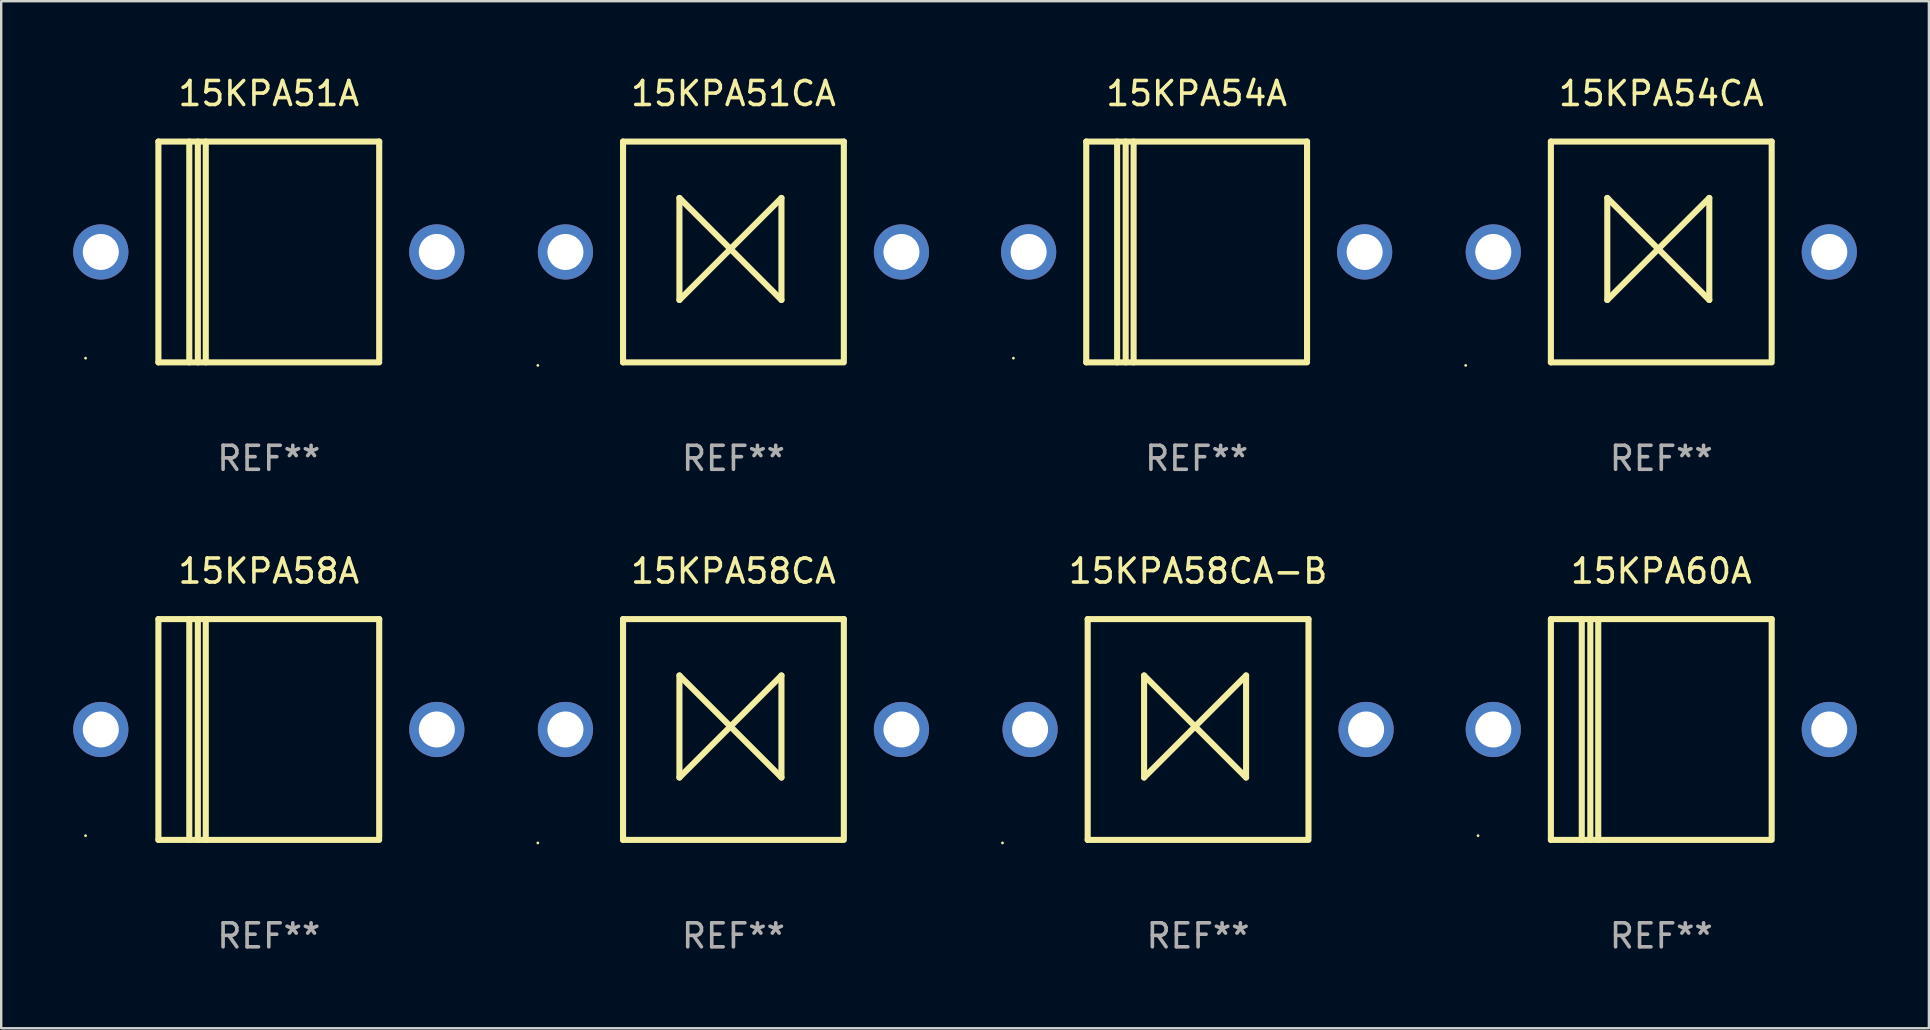
<source format=kicad_pcb>
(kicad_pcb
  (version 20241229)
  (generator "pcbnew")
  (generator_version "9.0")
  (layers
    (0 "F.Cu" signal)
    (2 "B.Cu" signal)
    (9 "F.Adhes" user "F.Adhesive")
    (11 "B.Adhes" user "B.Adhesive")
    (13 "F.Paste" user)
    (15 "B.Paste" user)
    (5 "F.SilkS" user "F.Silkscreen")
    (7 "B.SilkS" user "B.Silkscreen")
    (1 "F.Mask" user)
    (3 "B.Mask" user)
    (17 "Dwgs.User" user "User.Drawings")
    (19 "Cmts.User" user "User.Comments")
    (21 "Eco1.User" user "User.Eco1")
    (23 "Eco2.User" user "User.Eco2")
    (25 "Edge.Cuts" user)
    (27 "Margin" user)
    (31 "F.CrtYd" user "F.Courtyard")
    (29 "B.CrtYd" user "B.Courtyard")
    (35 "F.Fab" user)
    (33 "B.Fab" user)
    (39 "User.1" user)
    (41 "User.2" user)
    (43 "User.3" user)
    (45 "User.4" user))
  (footprint "15KPA60A"
    (layer "F.Cu")
    (at 66.17 27.345)
    (property "Reference" "15KPA60A" (at 0 -6.6 0) (layer "F.SilkS") (effects (font (size 1 1) (thickness 0.15))))
    (attr through_hole)
    (fp_line (start -4.6 -4.6) (end -4.6 4.6) (stroke (width 0.254) (type solid)) (layer "F.SilkS"))
    (fp_line (start -4.6 -4.6) (end 4.6 -4.6) (stroke (width 0.254) (type solid)) (layer "F.SilkS"))
    (fp_line (start -4.6 4.6) (end 4.6 4.6) (stroke (width 0.254) (type solid)) (layer "F.SilkS"))
    (fp_line (start -3.313 -4.6) (end -3.313 4.6) (stroke (width 0.254) (type solid)) (layer "F.SilkS"))
    (fp_line (start -2.957 -4.6) (end -2.957 4.6) (stroke (width 0.254) (type solid)) (layer "F.SilkS"))
    (fp_line (start -2.627 -4.6) (end -2.627 4.6) (stroke (width 0.254) (type solid)) (layer "F.SilkS"))
    (fp_line (start 4.6 -4.6) (end 4.6 4.5) (stroke (width 0.254) (type solid)) (layer "F.SilkS"))
    (fp_circle (center -7.635 4.425) (end -7.605 4.425) (stroke (width 0.06) (type solid)) (fill no) (layer "F.SilkS"))
    (fp_text user "REF**" (at 0 8.6 0) (layer "F.Fab") (effects (font (size 1 1) (thickness 0.15))))
    (pad "1" thru_hole circle (at -7 0) (size 2.3 2.3) (drill 1.5) (layers "*.Cu" "*.Mask"))
    (pad "2" thru_hole circle (at 7 0) (size 2.3 2.3) (drill 1.5) (layers "*.Cu" "*.Mask")))
  (footprint "15KPA51CA"
    (layer "F.Cu")
    (at 27.51 7.448)
    (property "Reference" "15KPA51CA" (at 0 -6.6 0) (layer "F.SilkS") (effects (font (size 1 1) (thickness 0.15))))
    (attr through_hole)
    (fp_line (start -4.6 -4.6) (end -4.6 4.6) (stroke (width 0.254) (type solid)) (layer "F.SilkS"))
    (fp_line (start -4.6 -4.6) (end 4.6 -4.6) (stroke (width 0.254) (type solid)) (layer "F.SilkS"))
    (fp_line (start -4.6 4.6) (end 4.6 4.6) (stroke (width 0.254) (type solid)) (layer "F.SilkS"))
    (fp_line (start -2.25 -2.25) (end -2.25 2) (stroke (width 0.254) (type solid)) (layer "F.SilkS"))
    (fp_line (start -2.25 2) (end 2 -2.25) (stroke (width 0.254) (type solid)) (layer "F.SilkS"))
    (fp_line (start 2 -2.25) (end 2 2) (stroke (width 0.254) (type solid)) (layer "F.SilkS"))
    (fp_line (start 2 2) (end -2.25 -2.25) (stroke (width 0.254) (type solid)) (layer "F.SilkS"))
    (fp_line (start 4.6 -4.6) (end 4.6 4.5) (stroke (width 0.254) (type solid)) (layer "F.SilkS"))
    (fp_circle (center -8.15 4.727) (end -8.12 4.727) (stroke (width 0.06) (type solid)) (fill no) (layer "F.SilkS"))
    (fp_text user "REF**" (at 0 8.6 0) (layer "F.Fab") (effects (font (size 1 1) (thickness 0.15))))
    (pad "1" thru_hole circle (at -7 0) (size 2.3 2.3) (drill 1.5) (layers "*.Cu" "*.Mask"))
    (pad "2" thru_hole circle (at 7 0) (size 2.3 2.3) (drill 1.5) (layers "*.Cu" "*.Mask")))
  (footprint "15KPA51A"
    (layer "F.Cu")
    (at 8.15 7.448)
    (property "Reference" "15KPA51A" (at 0 -6.6 0) (layer "F.SilkS") (effects (font (size 1 1) (thickness 0.15))))
    (attr through_hole)
    (fp_line (start -4.6 -4.6) (end -4.6 4.6) (stroke (width 0.254) (type solid)) (layer "F.SilkS"))
    (fp_line (start -4.6 -4.6) (end 4.6 -4.6) (stroke (width 0.254) (type solid)) (layer "F.SilkS"))
    (fp_line (start -4.6 4.6) (end 4.6 4.6) (stroke (width 0.254) (type solid)) (layer "F.SilkS"))
    (fp_line (start -3.313 -4.6) (end -3.313 4.6) (stroke (width 0.254) (type solid)) (layer "F.SilkS"))
    (fp_line (start -2.957 -4.6) (end -2.957 4.6) (stroke (width 0.254) (type solid)) (layer "F.SilkS"))
    (fp_line (start -2.627 -4.6) (end -2.627 4.6) (stroke (width 0.254) (type solid)) (layer "F.SilkS"))
    (fp_line (start 4.6 -4.6) (end 4.6 4.5) (stroke (width 0.254) (type solid)) (layer "F.SilkS"))
    (fp_circle (center -7.635 4.425) (end -7.605 4.425) (stroke (width 0.06) (type solid)) (fill no) (layer "F.SilkS"))
    (fp_text user "REF**" (at 0 8.6 0) (layer "F.Fab") (effects (font (size 1 1) (thickness 0.15))))
    (pad "1" thru_hole circle (at -7 0) (size 2.3 2.3) (drill 1.5) (layers "*.Cu" "*.Mask"))
    (pad "2" thru_hole circle (at 7 0) (size 2.3 2.3) (drill 1.5) (layers "*.Cu" "*.Mask")))
  (footprint "15KPA54CA"
    (layer "F.Cu")
    (at 66.17 7.448)
    (property "Reference" "15KPA54CA" (at 0 -6.6 0) (layer "F.SilkS") (effects (font (size 1 1) (thickness 0.15))))
    (attr through_hole)
    (fp_line (start -4.6 -4.6) (end -4.6 4.6) (stroke (width 0.254) (type solid)) (layer "F.SilkS"))
    (fp_line (start -4.6 -4.6) (end 4.6 -4.6) (stroke (width 0.254) (type solid)) (layer "F.SilkS"))
    (fp_line (start -4.6 4.6) (end 4.6 4.6) (stroke (width 0.254) (type solid)) (layer "F.SilkS"))
    (fp_line (start -2.25 -2.25) (end -2.25 2) (stroke (width 0.254) (type solid)) (layer "F.SilkS"))
    (fp_line (start -2.25 2) (end 2 -2.25) (stroke (width 0.254) (type solid)) (layer "F.SilkS"))
    (fp_line (start 2 -2.25) (end 2 2) (stroke (width 0.254) (type solid)) (layer "F.SilkS"))
    (fp_line (start 2 2) (end -2.25 -2.25) (stroke (width 0.254) (type solid)) (layer "F.SilkS"))
    (fp_line (start 4.6 -4.6) (end 4.6 4.5) (stroke (width 0.254) (type solid)) (layer "F.SilkS"))
    (fp_circle (center -8.15 4.727) (end -8.12 4.727) (stroke (width 0.06) (type solid)) (fill no) (layer "F.SilkS"))
    (fp_text user "REF**" (at 0 8.6 0) (layer "F.Fab") (effects (font (size 1 1) (thickness 0.15))))
    (pad "1" thru_hole circle (at -7 0) (size 2.3 2.3) (drill 1.5) (layers "*.Cu" "*.Mask"))
    (pad "2" thru_hole circle (at 7 0) (size 2.3 2.3) (drill 1.5) (layers "*.Cu" "*.Mask")))
  (footprint "15KPA58CA"
    (layer "F.Cu")
    (at 27.51 27.345)
    (property "Reference" "15KPA58CA" (at 0 -6.6 0) (layer "F.SilkS") (effects (font (size 1 1) (thickness 0.15))))
    (attr through_hole)
    (fp_line (start -4.6 -4.6) (end -4.6 4.6) (stroke (width 0.254) (type solid)) (layer "F.SilkS"))
    (fp_line (start -4.6 -4.6) (end 4.6 -4.6) (stroke (width 0.254) (type solid)) (layer "F.SilkS"))
    (fp_line (start -4.6 4.6) (end 4.6 4.6) (stroke (width 0.254) (type solid)) (layer "F.SilkS"))
    (fp_line (start -2.25 -2.25) (end -2.25 2) (stroke (width 0.254) (type solid)) (layer "F.SilkS"))
    (fp_line (start -2.25 2) (end 2 -2.25) (stroke (width 0.254) (type solid)) (layer "F.SilkS"))
    (fp_line (start 2 -2.25) (end 2 2) (stroke (width 0.254) (type solid)) (layer "F.SilkS"))
    (fp_line (start 2 2) (end -2.25 -2.25) (stroke (width 0.254) (type solid)) (layer "F.SilkS"))
    (fp_line (start 4.6 -4.6) (end 4.6 4.5) (stroke (width 0.254) (type solid)) (layer "F.SilkS"))
    (fp_circle (center -8.15 4.727) (end -8.12 4.727) (stroke (width 0.06) (type solid)) (fill no) (layer "F.SilkS"))
    (fp_text user "REF**" (at 0 8.6 0) (layer "F.Fab") (effects (font (size 1 1) (thickness 0.15))))
    (pad "1" thru_hole circle (at -7 0) (size 2.3 2.3) (drill 1.5) (layers "*.Cu" "*.Mask"))
    (pad "2" thru_hole circle (at 7 0) (size 2.3 2.3) (drill 1.5) (layers "*.Cu" "*.Mask")))
  (footprint "15KPA58A"
    (layer "F.Cu")
    (at 8.15 27.345)
    (property "Reference" "15KPA58A" (at 0 -6.6 0) (layer "F.SilkS") (effects (font (size 1 1) (thickness 0.15))))
    (attr through_hole)
    (fp_line (start -4.6 -4.6) (end -4.6 4.6) (stroke (width 0.254) (type solid)) (layer "F.SilkS"))
    (fp_line (start -4.6 -4.6) (end 4.6 -4.6) (stroke (width 0.254) (type solid)) (layer "F.SilkS"))
    (fp_line (start -4.6 4.6) (end 4.6 4.6) (stroke (width 0.254) (type solid)) (layer "F.SilkS"))
    (fp_line (start -3.313 -4.6) (end -3.313 4.6) (stroke (width 0.254) (type solid)) (layer "F.SilkS"))
    (fp_line (start -2.957 -4.6) (end -2.957 4.6) (stroke (width 0.254) (type solid)) (layer "F.SilkS"))
    (fp_line (start -2.627 -4.6) (end -2.627 4.6) (stroke (width 0.254) (type solid)) (layer "F.SilkS"))
    (fp_line (start 4.6 -4.6) (end 4.6 4.5) (stroke (width 0.254) (type solid)) (layer "F.SilkS"))
    (fp_circle (center -7.635 4.425) (end -7.605 4.425) (stroke (width 0.06) (type solid)) (fill no) (layer "F.SilkS"))
    (fp_text user "REF**" (at 0 8.6 0) (layer "F.Fab") (effects (font (size 1 1) (thickness 0.15))))
    (pad "1" thru_hole circle (at -7 0) (size 2.3 2.3) (drill 1.5) (layers "*.Cu" "*.Mask"))
    (pad "2" thru_hole circle (at 7 0) (size 2.3 2.3) (drill 1.5) (layers "*.Cu" "*.Mask")))
  (footprint "15KPA54A"
    (layer "F.Cu")
    (at 46.81 7.448)
    (property "Reference" "15KPA54A" (at 0 -6.6 0) (layer "F.SilkS") (effects (font (size 1 1) (thickness 0.15))))
    (attr through_hole)
    (fp_line (start -4.6 -4.6) (end -4.6 4.6) (stroke (width 0.254) (type solid)) (layer "F.SilkS"))
    (fp_line (start -4.6 -4.6) (end 4.6 -4.6) (stroke (width 0.254) (type solid)) (layer "F.SilkS"))
    (fp_line (start -4.6 4.6) (end 4.6 4.6) (stroke (width 0.254) (type solid)) (layer "F.SilkS"))
    (fp_line (start -3.313 -4.6) (end -3.313 4.6) (stroke (width 0.254) (type solid)) (layer "F.SilkS"))
    (fp_line (start -2.957 -4.6) (end -2.957 4.6) (stroke (width 0.254) (type solid)) (layer "F.SilkS"))
    (fp_line (start -2.627 -4.6) (end -2.627 4.6) (stroke (width 0.254) (type solid)) (layer "F.SilkS"))
    (fp_line (start 4.6 -4.6) (end 4.6 4.5) (stroke (width 0.254) (type solid)) (layer "F.SilkS"))
    (fp_circle (center -7.635 4.425) (end -7.605 4.425) (stroke (width 0.06) (type solid)) (fill no) (layer "F.SilkS"))
    (fp_text user "REF**" (at 0 8.6 0) (layer "F.Fab") (effects (font (size 1 1) (thickness 0.15))))
    (pad "1" thru_hole circle (at -7 0) (size 2.3 2.3) (drill 1.5) (layers "*.Cu" "*.Mask"))
    (pad "2" thru_hole circle (at 7 0) (size 2.3 2.3) (drill 1.5) (layers "*.Cu" "*.Mask")))
  (footprint "15KPA58CA-B"
    (layer "F.Cu")
    (at 46.87 27.345)
    (property "Reference" "15KPA58CA-B" (at 0 -6.6 0) (layer "F.SilkS") (effects (font (size 1 1) (thickness 0.15))))
    (attr through_hole)
    (fp_line (start -4.6 -4.6) (end -4.6 4.6) (stroke (width 0.254) (type solid)) (layer "F.SilkS"))
    (fp_line (start -4.6 -4.6) (end 4.6 -4.6) (stroke (width 0.254) (type solid)) (layer "F.SilkS"))
    (fp_line (start -4.6 4.6) (end 4.6 4.6) (stroke (width 0.254) (type solid)) (layer "F.SilkS"))
    (fp_line (start -2.25 -2.25) (end -2.25 2) (stroke (width 0.254) (type solid)) (layer "F.SilkS"))
    (fp_line (start -2.25 2) (end 2 -2.25) (stroke (width 0.254) (type solid)) (layer "F.SilkS"))
    (fp_line (start 2 -2.25) (end 2 2) (stroke (width 0.254) (type solid)) (layer "F.SilkS"))
    (fp_line (start 2 2) (end -2.25 -2.25) (stroke (width 0.254) (type solid)) (layer "F.SilkS"))
    (fp_line (start 4.6 -4.6) (end 4.6 4.5) (stroke (width 0.254) (type solid)) (layer "F.SilkS"))
    (fp_circle (center -8.15 4.727) (end -8.12 4.727) (stroke (width 0.06) (type solid)) (fill no) (layer "F.SilkS"))
    (fp_text user "REF**" (at 0 8.6 0) (layer "F.Fab") (effects (font (size 1 1) (thickness 0.15))))
    (pad "1" thru_hole circle (at -7 0) (size 2.3 2.3) (drill 1.5) (layers "*.Cu" "*.Mask"))
    (pad "2" thru_hole circle (at 7 0) (size 2.3 2.3) (drill 1.5) (layers "*.Cu" "*.Mask")))
  (gr_rect
    (start -3 -3)
    (end 77.32 39.793)
    (stroke (width 0.1) (type default))
    (fill no)
    (layer "Edge.Cuts")))
</source>
